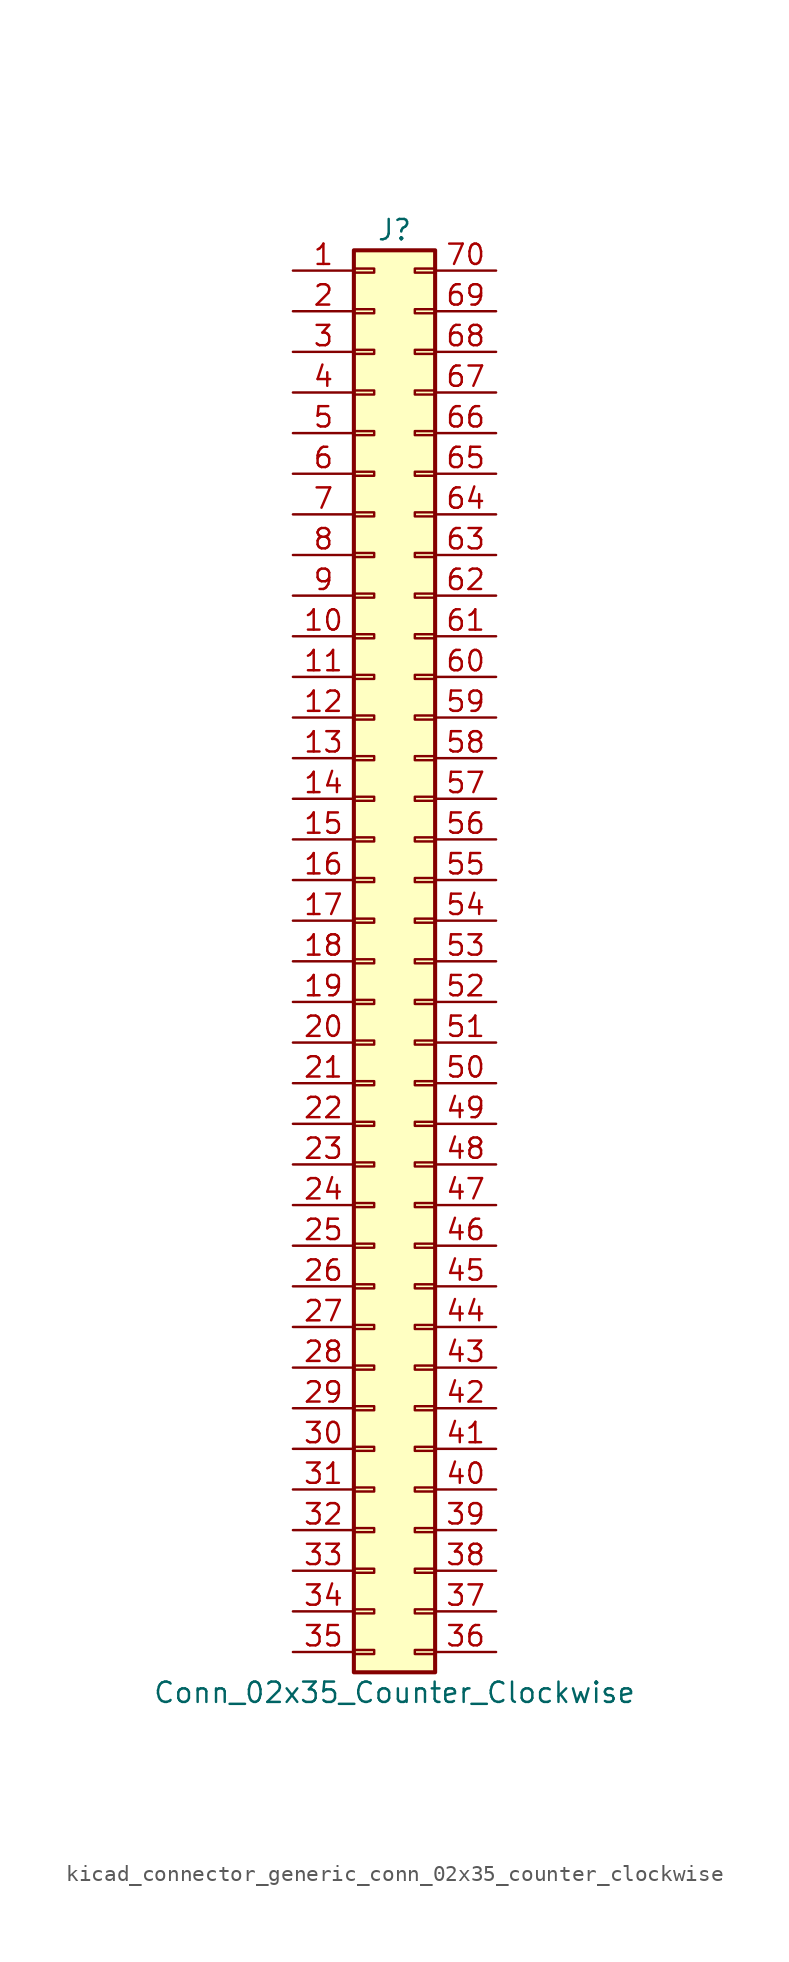
<source format=kicad_sym>
(kicad_symbol_lib
  (version 20220914)
  (generator kicad_symbol_editor)
  (symbol "kicad_connector_generic_conn_02x35_counter_clockwise"
    (pin_names
      (offset 1.016) hide)
    (property "Reference" "J"
      (at 1.27 45.72 0)
      (effects (font (size 1.27 1.27))))
    (property "Value" "Conn_02x35_Counter_Clockwise"
      (at 1.27 -45.72 0)
      (effects (font (size 1.27 1.27))))
    (symbol "kicad_connector_generic_conn_02x35_counter_clockwise_1_1"
      (rectangle (start -1.27 -43.053) (end 0 -43.307) (stroke (width 0.152) (type default)) (fill (type none)))
      (rectangle (start -1.27 -40.513) (end 0 -40.767) (stroke (width 0.152) (type default)) (fill (type none)))
      (rectangle (start -1.27 -37.973) (end 0 -38.227) (stroke (width 0.152) (type default)) (fill (type none)))
      (rectangle (start -1.27 -35.433) (end 0 -35.687) (stroke (width 0.152) (type default)) (fill (type none)))
      (rectangle (start -1.27 -32.893) (end 0 -33.147) (stroke (width 0.152) (type default)) (fill (type none)))
      (rectangle (start -1.27 -30.353) (end 0 -30.607) (stroke (width 0.152) (type default)) (fill (type none)))
      (rectangle (start -1.27 -27.813) (end 0 -28.067) (stroke (width 0.152) (type default)) (fill (type none)))
      (rectangle (start -1.27 -25.273) (end 0 -25.527) (stroke (width 0.152) (type default)) (fill (type none)))
      (rectangle (start -1.27 -22.733) (end 0 -22.987) (stroke (width 0.152) (type default)) (fill (type none)))
      (rectangle (start -1.27 -20.193) (end 0 -20.447) (stroke (width 0.152) (type default)) (fill (type none)))
      (rectangle (start -1.27 -17.653) (end 0 -17.907) (stroke (width 0.152) (type default)) (fill (type none)))
      (rectangle (start -1.27 -15.113) (end 0 -15.367) (stroke (width 0.152) (type default)) (fill (type none)))
      (rectangle (start -1.27 -12.573) (end 0 -12.827) (stroke (width 0.152) (type default)) (fill (type none)))
      (rectangle (start -1.27 -10.033) (end 0 -10.287) (stroke (width 0.152) (type default)) (fill (type none)))
      (rectangle (start -1.27 -7.493) (end 0 -7.747) (stroke (width 0.152) (type default)) (fill (type none)))
      (rectangle (start -1.27 -4.953) (end 0 -5.207) (stroke (width 0.152) (type default)) (fill (type none)))
      (rectangle (start -1.27 -2.413) (end 0 -2.667) (stroke (width 0.152) (type default)) (fill (type none)))
      (rectangle (start -1.27 0.127) (end 0 -0.127) (stroke (width 0.152) (type default)) (fill (type none)))
      (rectangle (start -1.27 2.667) (end 0 2.413) (stroke (width 0.152) (type default)) (fill (type none)))
      (rectangle (start -1.27 5.207) (end 0 4.953) (stroke (width 0.152) (type default)) (fill (type none)))
      (rectangle (start -1.27 7.747) (end 0 7.493) (stroke (width 0.152) (type default)) (fill (type none)))
      (rectangle (start -1.27 10.287) (end 0 10.033) (stroke (width 0.152) (type default)) (fill (type none)))
      (rectangle (start -1.27 12.827) (end 0 12.573) (stroke (width 0.152) (type default)) (fill (type none)))
      (rectangle (start -1.27 15.367) (end 0 15.113) (stroke (width 0.152) (type default)) (fill (type none)))
      (rectangle (start -1.27 17.907) (end 0 17.653) (stroke (width 0.152) (type default)) (fill (type none)))
      (rectangle (start -1.27 20.447) (end 0 20.193) (stroke (width 0.152) (type default)) (fill (type none)))
      (rectangle (start -1.27 22.987) (end 0 22.733) (stroke (width 0.152) (type default)) (fill (type none)))
      (rectangle (start -1.27 25.527) (end 0 25.273) (stroke (width 0.152) (type default)) (fill (type none)))
      (rectangle (start -1.27 28.067) (end 0 27.813) (stroke (width 0.152) (type default)) (fill (type none)))
      (rectangle (start -1.27 30.607) (end 0 30.353) (stroke (width 0.152) (type default)) (fill (type none)))
      (rectangle (start -1.27 33.147) (end 0 32.893) (stroke (width 0.152) (type default)) (fill (type none)))
      (rectangle (start -1.27 35.687) (end 0 35.433) (stroke (width 0.152) (type default)) (fill (type none)))
      (rectangle (start -1.27 38.227) (end 0 37.973) (stroke (width 0.152) (type default)) (fill (type none)))
      (rectangle (start -1.27 40.767) (end 0 40.513) (stroke (width 0.152) (type default)) (fill (type none)))
      (rectangle (start -1.27 43.307) (end 0 43.053) (stroke (width 0.152) (type default)) (fill (type none)))
      (rectangle (start -1.27 44.45) (end 3.81 -44.45) (stroke (width 0.254) (type default)) (fill (type background)))
      (rectangle (start 3.81 -43.053) (end 2.54 -43.307) (stroke (width 0.152) (type default)) (fill (type none)))
      (rectangle (start 3.81 -40.513) (end 2.54 -40.767) (stroke (width 0.152) (type default)) (fill (type none)))
      (rectangle (start 3.81 -37.973) (end 2.54 -38.227) (stroke (width 0.152) (type default)) (fill (type none)))
      (rectangle (start 3.81 -35.433) (end 2.54 -35.687) (stroke (width 0.152) (type default)) (fill (type none)))
      (rectangle (start 3.81 -32.893) (end 2.54 -33.147) (stroke (width 0.152) (type default)) (fill (type none)))
      (rectangle (start 3.81 -30.353) (end 2.54 -30.607) (stroke (width 0.152) (type default)) (fill (type none)))
      (rectangle (start 3.81 -27.813) (end 2.54 -28.067) (stroke (width 0.152) (type default)) (fill (type none)))
      (rectangle (start 3.81 -25.273) (end 2.54 -25.527) (stroke (width 0.152) (type default)) (fill (type none)))
      (rectangle (start 3.81 -22.733) (end 2.54 -22.987) (stroke (width 0.152) (type default)) (fill (type none)))
      (rectangle (start 3.81 -20.193) (end 2.54 -20.447) (stroke (width 0.152) (type default)) (fill (type none)))
      (rectangle (start 3.81 -17.653) (end 2.54 -17.907) (stroke (width 0.152) (type default)) (fill (type none)))
      (rectangle (start 3.81 -15.113) (end 2.54 -15.367) (stroke (width 0.152) (type default)) (fill (type none)))
      (rectangle (start 3.81 -12.573) (end 2.54 -12.827) (stroke (width 0.152) (type default)) (fill (type none)))
      (rectangle (start 3.81 -10.033) (end 2.54 -10.287) (stroke (width 0.152) (type default)) (fill (type none)))
      (rectangle (start 3.81 -7.493) (end 2.54 -7.747) (stroke (width 0.152) (type default)) (fill (type none)))
      (rectangle (start 3.81 -4.953) (end 2.54 -5.207) (stroke (width 0.152) (type default)) (fill (type none)))
      (rectangle (start 3.81 -2.413) (end 2.54 -2.667) (stroke (width 0.152) (type default)) (fill (type none)))
      (rectangle (start 3.81 0.127) (end 2.54 -0.127) (stroke (width 0.152) (type default)) (fill (type none)))
      (rectangle (start 3.81 2.667) (end 2.54 2.413) (stroke (width 0.152) (type default)) (fill (type none)))
      (rectangle (start 3.81 5.207) (end 2.54 4.953) (stroke (width 0.152) (type default)) (fill (type none)))
      (rectangle (start 3.81 7.747) (end 2.54 7.493) (stroke (width 0.152) (type default)) (fill (type none)))
      (rectangle (start 3.81 10.287) (end 2.54 10.033) (stroke (width 0.152) (type default)) (fill (type none)))
      (rectangle (start 3.81 12.827) (end 2.54 12.573) (stroke (width 0.152) (type default)) (fill (type none)))
      (rectangle (start 3.81 15.367) (end 2.54 15.113) (stroke (width 0.152) (type default)) (fill (type none)))
      (rectangle (start 3.81 17.907) (end 2.54 17.653) (stroke (width 0.152) (type default)) (fill (type none)))
      (rectangle (start 3.81 20.447) (end 2.54 20.193) (stroke (width 0.152) (type default)) (fill (type none)))
      (rectangle (start 3.81 22.987) (end 2.54 22.733) (stroke (width 0.152) (type default)) (fill (type none)))
      (rectangle (start 3.81 25.527) (end 2.54 25.273) (stroke (width 0.152) (type default)) (fill (type none)))
      (rectangle (start 3.81 28.067) (end 2.54 27.813) (stroke (width 0.152) (type default)) (fill (type none)))
      (rectangle (start 3.81 30.607) (end 2.54 30.353) (stroke (width 0.152) (type default)) (fill (type none)))
      (rectangle (start 3.81 33.147) (end 2.54 32.893) (stroke (width 0.152) (type default)) (fill (type none)))
      (rectangle (start 3.81 35.687) (end 2.54 35.433) (stroke (width 0.152) (type default)) (fill (type none)))
      (rectangle (start 3.81 38.227) (end 2.54 37.973) (stroke (width 0.152) (type default)) (fill (type none)))
      (rectangle (start 3.81 40.767) (end 2.54 40.513) (stroke (width 0.152) (type default)) (fill (type none)))
      (rectangle (start 3.81 43.307) (end 2.54 43.053) (stroke (width 0.152) (type default)) (fill (type none)))
      (pin passive line (at -5.08 43.18 0) (length 3.81) (name "Pin_1" (effects (font (size 1.27 1.27)))) (number "1" (effects (font (size 1.27 1.27)))))
      (pin passive line (at -5.08 20.32 0) (length 3.81) (name "Pin_10" (effects (font (size 1.27 1.27)))) (number "10" (effects (font (size 1.27 1.27)))))
      (pin passive line (at -5.08 17.78 0) (length 3.81) (name "Pin_11" (effects (font (size 1.27 1.27)))) (number "11" (effects (font (size 1.27 1.27)))))
      (pin passive line (at -5.08 15.24 0) (length 3.81) (name "Pin_12" (effects (font (size 1.27 1.27)))) (number "12" (effects (font (size 1.27 1.27)))))
      (pin passive line (at -5.08 12.7 0) (length 3.81) (name "Pin_13" (effects (font (size 1.27 1.27)))) (number "13" (effects (font (size 1.27 1.27)))))
      (pin passive line (at -5.08 10.16 0) (length 3.81) (name "Pin_14" (effects (font (size 1.27 1.27)))) (number "14" (effects (font (size 1.27 1.27)))))
      (pin passive line (at -5.08 7.62 0) (length 3.81) (name "Pin_15" (effects (font (size 1.27 1.27)))) (number "15" (effects (font (size 1.27 1.27)))))
      (pin passive line (at -5.08 5.08 0) (length 3.81) (name "Pin_16" (effects (font (size 1.27 1.27)))) (number "16" (effects (font (size 1.27 1.27)))))
      (pin passive line (at -5.08 2.54 0) (length 3.81) (name "Pin_17" (effects (font (size 1.27 1.27)))) (number "17" (effects (font (size 1.27 1.27)))))
      (pin passive line (at -5.08 0 0) (length 3.81) (name "Pin_18" (effects (font (size 1.27 1.27)))) (number "18" (effects (font (size 1.27 1.27)))))
      (pin passive line (at -5.08 -2.54 0) (length 3.81) (name "Pin_19" (effects (font (size 1.27 1.27)))) (number "19" (effects (font (size 1.27 1.27)))))
      (pin passive line (at -5.08 40.64 0) (length 3.81) (name "Pin_2" (effects (font (size 1.27 1.27)))) (number "2" (effects (font (size 1.27 1.27)))))
      (pin passive line (at -5.08 -5.08 0) (length 3.81) (name "Pin_20" (effects (font (size 1.27 1.27)))) (number "20" (effects (font (size 1.27 1.27)))))
      (pin passive line (at -5.08 -7.62 0) (length 3.81) (name "Pin_21" (effects (font (size 1.27 1.27)))) (number "21" (effects (font (size 1.27 1.27)))))
      (pin passive line (at -5.08 -10.16 0) (length 3.81) (name "Pin_22" (effects (font (size 1.27 1.27)))) (number "22" (effects (font (size 1.27 1.27)))))
      (pin passive line (at -5.08 -12.7 0) (length 3.81) (name "Pin_23" (effects (font (size 1.27 1.27)))) (number "23" (effects (font (size 1.27 1.27)))))
      (pin passive line (at -5.08 -15.24 0) (length 3.81) (name "Pin_24" (effects (font (size 1.27 1.27)))) (number "24" (effects (font (size 1.27 1.27)))))
      (pin passive line (at -5.08 -17.78 0) (length 3.81) (name "Pin_25" (effects (font (size 1.27 1.27)))) (number "25" (effects (font (size 1.27 1.27)))))
      (pin passive line (at -5.08 -20.32 0) (length 3.81) (name "Pin_26" (effects (font (size 1.27 1.27)))) (number "26" (effects (font (size 1.27 1.27)))))
      (pin passive line (at -5.08 -22.86 0) (length 3.81) (name "Pin_27" (effects (font (size 1.27 1.27)))) (number "27" (effects (font (size 1.27 1.27)))))
      (pin passive line (at -5.08 -25.4 0) (length 3.81) (name "Pin_28" (effects (font (size 1.27 1.27)))) (number "28" (effects (font (size 1.27 1.27)))))
      (pin passive line (at -5.08 -27.94 0) (length 3.81) (name "Pin_29" (effects (font (size 1.27 1.27)))) (number "29" (effects (font (size 1.27 1.27)))))
      (pin passive line (at -5.08 38.1 0) (length 3.81) (name "Pin_3" (effects (font (size 1.27 1.27)))) (number "3" (effects (font (size 1.27 1.27)))))
      (pin passive line (at -5.08 -30.48 0) (length 3.81) (name "Pin_30" (effects (font (size 1.27 1.27)))) (number "30" (effects (font (size 1.27 1.27)))))
      (pin passive line (at -5.08 -33.02 0) (length 3.81) (name "Pin_31" (effects (font (size 1.27 1.27)))) (number "31" (effects (font (size 1.27 1.27)))))
      (pin passive line (at -5.08 -35.56 0) (length 3.81) (name "Pin_32" (effects (font (size 1.27 1.27)))) (number "32" (effects (font (size 1.27 1.27)))))
      (pin passive line (at -5.08 -38.1 0) (length 3.81) (name "Pin_33" (effects (font (size 1.27 1.27)))) (number "33" (effects (font (size 1.27 1.27)))))
      (pin passive line (at -5.08 -40.64 0) (length 3.81) (name "Pin_34" (effects (font (size 1.27 1.27)))) (number "34" (effects (font (size 1.27 1.27)))))
      (pin passive line (at -5.08 -43.18 0) (length 3.81) (name "Pin_35" (effects (font (size 1.27 1.27)))) (number "35" (effects (font (size 1.27 1.27)))))
      (pin passive line (at 7.62 -43.18 180) (length 3.81) (name "Pin_36" (effects (font (size 1.27 1.27)))) (number "36" (effects (font (size 1.27 1.27)))))
      (pin passive line (at 7.62 -40.64 180) (length 3.81) (name "Pin_37" (effects (font (size 1.27 1.27)))) (number "37" (effects (font (size 1.27 1.27)))))
      (pin passive line (at 7.62 -38.1 180) (length 3.81) (name "Pin_38" (effects (font (size 1.27 1.27)))) (number "38" (effects (font (size 1.27 1.27)))))
      (pin passive line (at 7.62 -35.56 180) (length 3.81) (name "Pin_39" (effects (font (size 1.27 1.27)))) (number "39" (effects (font (size 1.27 1.27)))))
      (pin passive line (at -5.08 35.56 0) (length 3.81) (name "Pin_4" (effects (font (size 1.27 1.27)))) (number "4" (effects (font (size 1.27 1.27)))))
      (pin passive line (at 7.62 -33.02 180) (length 3.81) (name "Pin_40" (effects (font (size 1.27 1.27)))) (number "40" (effects (font (size 1.27 1.27)))))
      (pin passive line (at 7.62 -30.48 180) (length 3.81) (name "Pin_41" (effects (font (size 1.27 1.27)))) (number "41" (effects (font (size 1.27 1.27)))))
      (pin passive line (at 7.62 -27.94 180) (length 3.81) (name "Pin_42" (effects (font (size 1.27 1.27)))) (number "42" (effects (font (size 1.27 1.27)))))
      (pin passive line (at 7.62 -25.4 180) (length 3.81) (name "Pin_43" (effects (font (size 1.27 1.27)))) (number "43" (effects (font (size 1.27 1.27)))))
      (pin passive line (at 7.62 -22.86 180) (length 3.81) (name "Pin_44" (effects (font (size 1.27 1.27)))) (number "44" (effects (font (size 1.27 1.27)))))
      (pin passive line (at 7.62 -20.32 180) (length 3.81) (name "Pin_45" (effects (font (size 1.27 1.27)))) (number "45" (effects (font (size 1.27 1.27)))))
      (pin passive line (at 7.62 -17.78 180) (length 3.81) (name "Pin_46" (effects (font (size 1.27 1.27)))) (number "46" (effects (font (size 1.27 1.27)))))
      (pin passive line (at 7.62 -15.24 180) (length 3.81) (name "Pin_47" (effects (font (size 1.27 1.27)))) (number "47" (effects (font (size 1.27 1.27)))))
      (pin passive line (at 7.62 -12.7 180) (length 3.81) (name "Pin_48" (effects (font (size 1.27 1.27)))) (number "48" (effects (font (size 1.27 1.27)))))
      (pin passive line (at 7.62 -10.16 180) (length 3.81) (name "Pin_49" (effects (font (size 1.27 1.27)))) (number "49" (effects (font (size 1.27 1.27)))))
      (pin passive line (at -5.08 33.02 0) (length 3.81) (name "Pin_5" (effects (font (size 1.27 1.27)))) (number "5" (effects (font (size 1.27 1.27)))))
      (pin passive line (at 7.62 -7.62 180) (length 3.81) (name "Pin_50" (effects (font (size 1.27 1.27)))) (number "50" (effects (font (size 1.27 1.27)))))
      (pin passive line (at 7.62 -5.08 180) (length 3.81) (name "Pin_51" (effects (font (size 1.27 1.27)))) (number "51" (effects (font (size 1.27 1.27)))))
      (pin passive line (at 7.62 -2.54 180) (length 3.81) (name "Pin_52" (effects (font (size 1.27 1.27)))) (number "52" (effects (font (size 1.27 1.27)))))
      (pin passive line (at 7.62 0 180) (length 3.81) (name "Pin_53" (effects (font (size 1.27 1.27)))) (number "53" (effects (font (size 1.27 1.27)))))
      (pin passive line (at 7.62 2.54 180) (length 3.81) (name "Pin_54" (effects (font (size 1.27 1.27)))) (number "54" (effects (font (size 1.27 1.27)))))
      (pin passive line (at 7.62 5.08 180) (length 3.81) (name "Pin_55" (effects (font (size 1.27 1.27)))) (number "55" (effects (font (size 1.27 1.27)))))
      (pin passive line (at 7.62 7.62 180) (length 3.81) (name "Pin_56" (effects (font (size 1.27 1.27)))) (number "56" (effects (font (size 1.27 1.27)))))
      (pin passive line (at 7.62 10.16 180) (length 3.81) (name "Pin_57" (effects (font (size 1.27 1.27)))) (number "57" (effects (font (size 1.27 1.27)))))
      (pin passive line (at 7.62 12.7 180) (length 3.81) (name "Pin_58" (effects (font (size 1.27 1.27)))) (number "58" (effects (font (size 1.27 1.27)))))
      (pin passive line (at 7.62 15.24 180) (length 3.81) (name "Pin_59" (effects (font (size 1.27 1.27)))) (number "59" (effects (font (size 1.27 1.27)))))
      (pin passive line (at -5.08 30.48 0) (length 3.81) (name "Pin_6" (effects (font (size 1.27 1.27)))) (number "6" (effects (font (size 1.27 1.27)))))
      (pin passive line (at 7.62 17.78 180) (length 3.81) (name "Pin_60" (effects (font (size 1.27 1.27)))) (number "60" (effects (font (size 1.27 1.27)))))
      (pin passive line (at 7.62 20.32 180) (length 3.81) (name "Pin_61" (effects (font (size 1.27 1.27)))) (number "61" (effects (font (size 1.27 1.27)))))
      (pin passive line (at 7.62 22.86 180) (length 3.81) (name "Pin_62" (effects (font (size 1.27 1.27)))) (number "62" (effects (font (size 1.27 1.27)))))
      (pin passive line (at 7.62 25.4 180) (length 3.81) (name "Pin_63" (effects (font (size 1.27 1.27)))) (number "63" (effects (font (size 1.27 1.27)))))
      (pin passive line (at 7.62 27.94 180) (length 3.81) (name "Pin_64" (effects (font (size 1.27 1.27)))) (number "64" (effects (font (size 1.27 1.27)))))
      (pin passive line (at 7.62 30.48 180) (length 3.81) (name "Pin_65" (effects (font (size 1.27 1.27)))) (number "65" (effects (font (size 1.27 1.27)))))
      (pin passive line (at 7.62 33.02 180) (length 3.81) (name "Pin_66" (effects (font (size 1.27 1.27)))) (number "66" (effects (font (size 1.27 1.27)))))
      (pin passive line (at 7.62 35.56 180) (length 3.81) (name "Pin_67" (effects (font (size 1.27 1.27)))) (number "67" (effects (font (size 1.27 1.27)))))
      (pin passive line (at 7.62 38.1 180) (length 3.81) (name "Pin_68" (effects (font (size 1.27 1.27)))) (number "68" (effects (font (size 1.27 1.27)))))
      (pin passive line (at 7.62 40.64 180) (length 3.81) (name "Pin_69" (effects (font (size 1.27 1.27)))) (number "69" (effects (font (size 1.27 1.27)))))
      (pin passive line (at -5.08 27.94 0) (length 3.81) (name "Pin_7" (effects (font (size 1.27 1.27)))) (number "7" (effects (font (size 1.27 1.27)))))
      (pin passive line (at 7.62 43.18 180) (length 3.81) (name "Pin_70" (effects (font (size 1.27 1.27)))) (number "70" (effects (font (size 1.27 1.27)))))
      (pin passive line (at -5.08 25.4 0) (length 3.81) (name "Pin_8" (effects (font (size 1.27 1.27)))) (number "8" (effects (font (size 1.27 1.27)))))
      (pin passive line (at -5.08 22.86 0) (length 3.81) (name "Pin_9" (effects (font (size 1.27 1.27)))) (number "9" (effects (font (size 1.27 1.27))))))))
</source>
